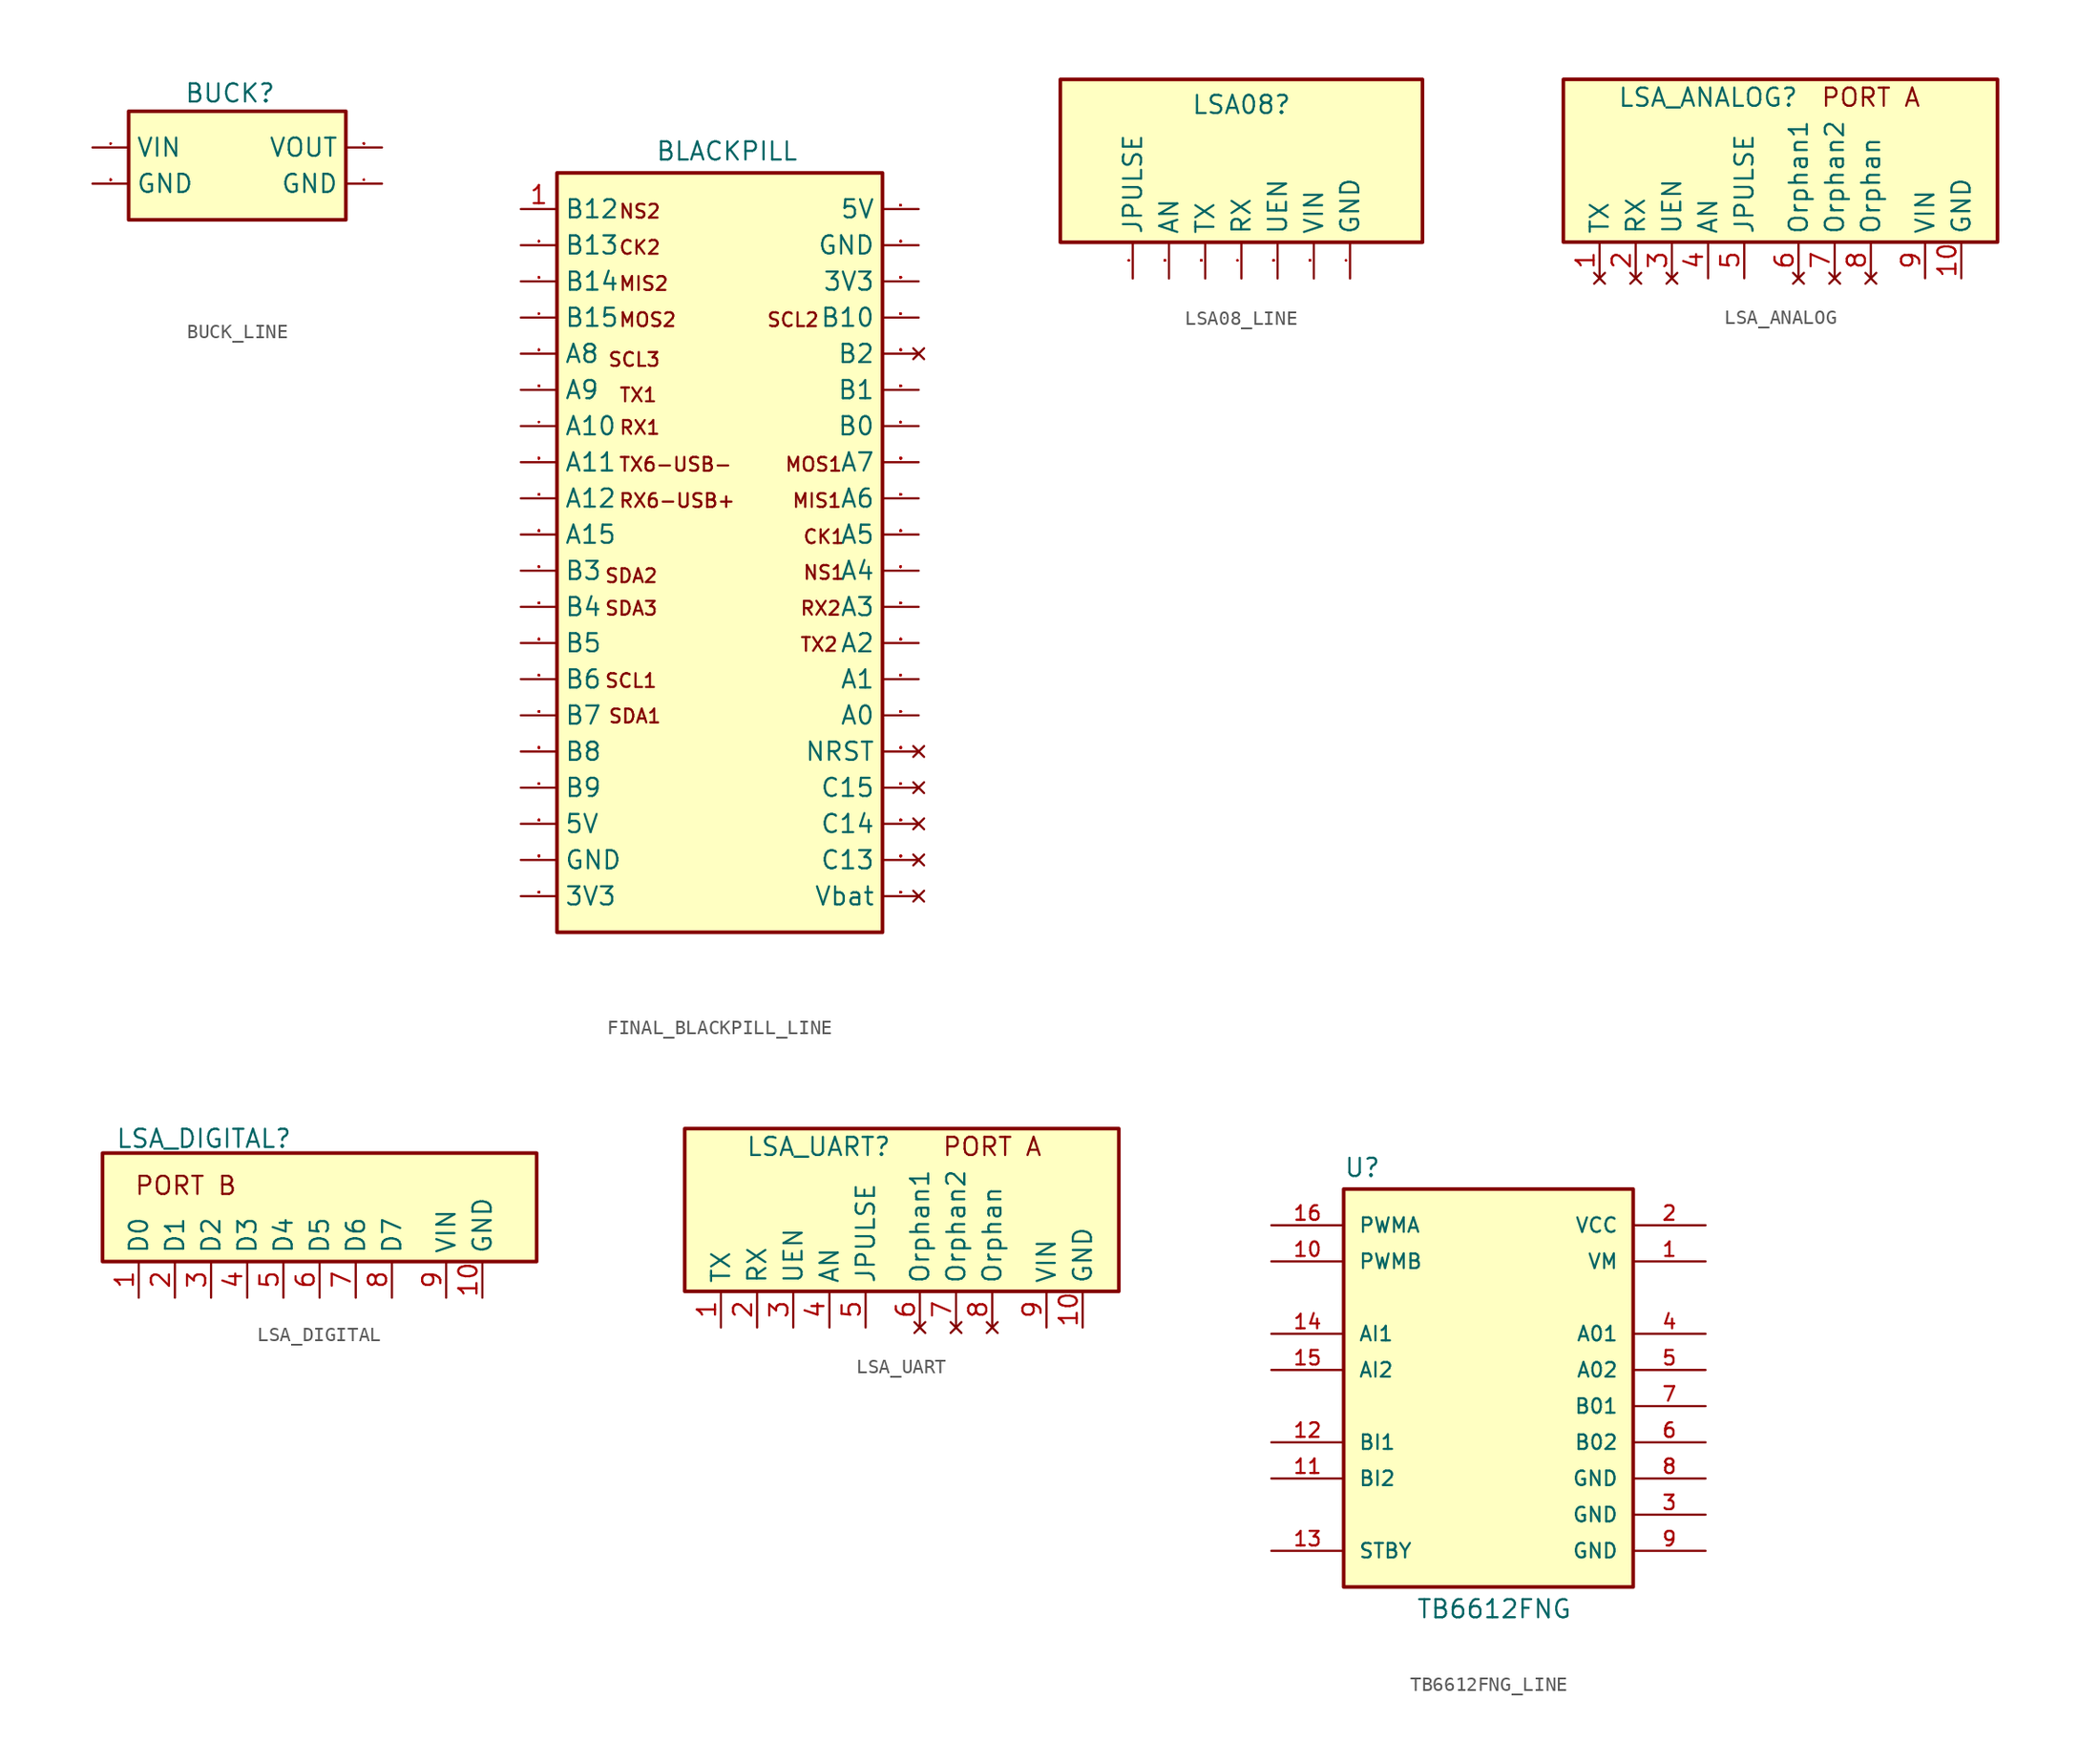
<source format=kicad_sym>
(kicad_symbol_lib
  (version 20241209)
  (generator "kicad_symbol_editor")
  (generator_version "9.0")
  (symbol "BUCK_LINE"
    (property "Reference" "BUCK"
      (at 7.112 13.97 0)
      (effects (font (size 1.27 1.27))))
    (property "Value" ""
      (at 0 0 0)
      (effects (font (size 1.27 1.27))))
    (symbol "BUCK_LINE_1_0"
      (rectangle (start 0 12.7) (end 15.24 5.08) (stroke (width 0.254) (type solid)) (fill (type background)))
      (pin power_in line (at -2.54 10.16 0) (length 2.54) (name "VIN" (effects (font (size 1.27 1.27)))) (number "1" (effects (font (size 0.025 0.025)))))
      (pin power_in line (at -2.54 7.62 0) (length 2.54) (name "GND" (effects (font (size 1.27 1.27)))) (number "3" (effects (font (size 0.025 0.025)))))
      (pin power_out line (at 17.78 10.16 180) (length 2.54) (name "VOUT" (effects (font (size 1.27 1.27)))) (number "2" (effects (font (size 0.025 0.025)))))
      (pin power_in line (at 17.78 7.62 180) (length 2.54) (name "GND" (effects (font (size 1.27 1.27)))) (number "4" (effects (font (size 0.025 0.025)))))))
  (symbol "FINAL_BLACKPILL_LINE"
    (property "Reference" "m"
      (at -6.604 34.036 0)
      (effects (font (size 1.27 1.27)) (hide yes)))
    (property "Value" "BLACKPILL"
      (at -5.842 30.734 0)
      (effects (font (size 1.27 1.27))))
    (symbol "FINAL_BLACKPILL_LINE_0_0"
      (text "SDA2" (at -14.478 1.473 0) (effects (font (face "KiCad Font") (size 0.965 0.965)) (justify left top)))
      (text "SDA3" (at -14.478 -0.813 0) (effects (font (face "KiCad Font") (size 0.965 0.965)) (justify left top)))
      (text "SCL1" (at -14.478 -5.893 0) (effects (font (face "KiCad Font") (size 0.965 0.965)) (justify left top)))
      (text "SCL3" (at -14.249 16.662 0) (effects (font (face "KiCad Font") (size 0.965 0.965)) (justify left top)))
      (text "SDA1" (at -14.224 -8.382 0) (effects (font (face "KiCad Font") (size 0.965 0.965)) (justify left top)))
      (text "NS2" (at -13.487 27.076 0) (effects (font (face "KiCad Font") (size 0.965 0.965)) (justify left top)))
      (text "CK2" (at -13.487 24.536 0) (effects (font (face "KiCad Font") (size 0.965 0.965)) (justify left top)))
      (text "MIS2" (at -13.487 21.996 0) (effects (font (face "KiCad Font") (size 0.965 0.965)) (justify left top)))
      (text "MOS2" (at -13.487 19.456 0) (effects (font (face "KiCad Font") (size 0.965 0.965)) (justify left top)))
      (text "TX6-USB-" (at -13.487 9.296 0) (effects (font (face "KiCad Font") (size 0.965 0.965)) (justify left top)))
      (text "RX6-USB+" (at -13.487 6.756 0) (effects (font (face "KiCad Font") (size 0.965 0.965)) (justify left top)))
      (text "TX1" (at -13.462 14.173 0) (effects (font (face "KiCad Font") (size 0.965 0.965)) (justify left top)))
      (text "RX1" (at -13.462 11.887 0) (effects (font (face "KiCad Font") (size 0.965 0.965)) (justify left top)))
      (text "SCL2" (at -3.099 19.456 0) (effects (font (face "KiCad Font") (size 0.965 0.965)) (justify left top)))
      (text "MOS1" (at -1.829 9.296 0) (effects (font (face "KiCad Font") (size 0.965 0.965)) (justify left top)))
      (text "MIS1" (at -1.321 6.756 0) (effects (font (face "KiCad Font") (size 0.965 0.965)) (justify left top)))
      (text "RX2" (at -0.762 -0.813 0) (effects (font (face "KiCad Font") (size 0.965 0.965)) (justify left top)))
      (text "TX2" (at -0.762 -3.353 0) (effects (font (face "KiCad Font") (size 0.965 0.965)) (justify left top)))
      (text "CK1" (at -0.559 4.216 0) (effects (font (face "KiCad Font") (size 0.965 0.965)) (justify left top)))
      (text "NS1" (at -0.559 1.702 0) (effects (font (face "KiCad Font") (size 0.965 0.965)) (justify left top)))
      (pin bidirectional line (at -20.32 24.13 0) (length 2.54) (name "B13" (effects (font (size 1.27 1.27)))) (number "2" (effects (font (size 0.025 0.025)))))
      (pin bidirectional line (at -20.32 21.59 0) (length 2.54) (name "B14" (effects (font (size 1.27 1.27)))) (number "3" (effects (font (size 0.025 0.025)))))
      (pin bidirectional line (at -20.32 19.05 0) (length 2.54) (name "B15" (effects (font (size 1.27 1.27)))) (number "4" (effects (font (size 0.025 0.025)))))
      (pin bidirectional line (at -20.32 16.51 0) (length 2.54) (name "A8" (effects (font (size 1.27 1.27)))) (number "5" (effects (font (size 0.025 0.025)))))
      (pin bidirectional line (at -20.32 13.97 0) (length 2.54) (name "A9" (effects (font (size 1.27 1.27)))) (number "6" (effects (font (size 0.025 0.025)))))
      (pin bidirectional line (at -20.32 11.43 0) (length 2.54) (name "A10" (effects (font (size 1.27 1.27)))) (number "7" (effects (font (size 0.025 0.025)))))
      (pin bidirectional line (at -20.32 8.89 0) (length 2.54) (name "A11" (effects (font (size 1.27 1.27)))) (number "8" (effects (font (size 0.025 0.025)))))
      (pin bidirectional line (at -20.32 6.35 0) (length 2.54) (name "A12" (effects (font (size 1.27 1.27)))) (number "9" (effects (font (size 0.025 0.025)))))
      (pin bidirectional line (at -20.32 3.81 0) (length 2.54) (name "A15" (effects (font (size 1.27 1.27)))) (number "10" (effects (font (size 0.025 0.025)))))
      (pin bidirectional line (at -20.32 1.27 0) (length 2.54) (name "B3" (effects (font (size 1.27 1.27)))) (number "11" (effects (font (size 0.025 0.025)))))
      (pin bidirectional line (at -20.32 -1.27 0) (length 2.54) (name "B4" (effects (font (size 1.27 1.27)))) (number "12" (effects (font (size 0.025 0.025)))))
      (pin bidirectional line (at -20.32 -6.35 0) (length 2.54) (name "B6" (effects (font (size 1.27 1.27)))) (number "14" (effects (font (size 0.025 0.025)))))
      (pin bidirectional line (at -20.32 -8.89 0) (length 2.54) (name "B7" (effects (font (size 1.27 1.27)))) (number "15" (effects (font (size 0.025 0.025)))))
      (pin bidirectional line (at -20.32 -11.43 0) (length 2.54) (name "B8" (effects (font (size 1.27 1.27)))) (number "16" (effects (font (size 0.025 0.025)))))
      (pin bidirectional line (at -20.32 -13.97 0) (length 2.54) (name "B9" (effects (font (size 1.27 1.27)))) (number "17" (effects (font (size 0.025 0.025)))))
      (pin bidirectional line (at 7.62 19.05 180) (length 2.54) (name "B10" (effects (font (size 1.27 1.27)))) (number "24" (effects (font (size 0.025 0.025)))))
      (pin no_connect line (at 7.62 16.51 180) (length 2.54) (name "B2" (effects (font (size 1.27 1.27)))) (number "25" (effects (font (size 0.025 0.025)))))
      (pin bidirectional line (at 7.62 13.97 180) (length 2.54) (name "B1" (effects (font (size 1.27 1.27)))) (number "26" (effects (font (size 0.025 0.025)))))
      (pin bidirectional line (at 7.62 11.43 180) (length 2.54) (name "B0" (effects (font (size 1.27 1.27)))) (number "27" (effects (font (size 0.025 0.025)))))
      (pin bidirectional line (at 7.62 8.89 180) (length 2.54) (name "A7" (effects (font (size 1.27 1.27)))) (number "28" (effects (font (size 0.025 0.025)))))
      (pin bidirectional line (at 7.62 6.35 180) (length 2.54) (name "A6" (effects (font (size 1.27 1.27)))) (number "29" (effects (font (size 0.025 0.025)))))
      (pin bidirectional line (at 7.62 3.81 180) (length 2.54) (name "A5" (effects (font (size 1.27 1.27)))) (number "30" (effects (font (size 0.025 0.025)))))
      (pin bidirectional line (at 7.62 1.27 180) (length 2.54) (name "A4" (effects (font (size 1.27 1.27)))) (number "31" (effects (font (size 0.025 0.025)))))
      (pin bidirectional line (at 7.62 -1.27 180) (length 2.54) (name "A3" (effects (font (size 1.27 1.27)))) (number "32" (effects (font (size 0.025 0.025)))))
      (pin bidirectional line (at 7.62 -3.81 180) (length 2.54) (name "A2" (effects (font (size 1.27 1.27)))) (number "33" (effects (font (size 0.025 0.025)))))
      (pin bidirectional line (at 7.62 -6.35 180) (length 2.54) (name "A1" (effects (font (size 1.27 1.27)))) (number "34" (effects (font (size 0.025 0.025)))))
      (pin no_connect line (at 7.62 -13.97 180) (length 2.54) (name "C15" (effects (font (size 1.27 1.27)))) (number "37" (effects (font (size 0.025 0.025)))))
      (pin no_connect line (at 7.62 -16.51 180) (length 2.54) (name "C14" (effects (font (size 1.27 1.27)))) (number "38" (effects (font (size 0.025 0.025)))))
      (pin no_connect line (at 7.62 -19.05 180) (length 2.54) (name "C13" (effects (font (size 1.27 1.27)))) (number "39" (effects (font (size 0.025 0.025))))))
    (symbol "FINAL_BLACKPILL_LINE_1_0"
      (rectangle (start -17.78 29.21) (end 5.08 -24.13) (stroke (width 0.254) (type solid)) (fill (type background)))
      (pin bidirectional line (at -20.32 26.67 0) (length 2.54) (name "B12" (effects (font (size 1.27 1.27)))) (number "1" (effects (font (size 1.27 1.27)))))
      (pin bidirectional line (at -20.32 -3.81 0) (length 2.54) (name "B5" (effects (font (size 1.27 1.27)))) (number "13" (effects (font (size 0.025 0.025)))))
      (pin power_in line (at -20.32 -16.51 0) (length 2.54) (name "5V" (effects (font (size 1.27 1.27)))) (number "18" (effects (font (size 0.025 0.025)))))
      (pin power_in line (at -20.32 -19.05 0) (length 2.54) (name "GND" (effects (font (size 1.27 1.27)))) (number "19" (effects (font (size 0.025 0.025)))))
      (pin power_in line (at -20.32 -21.59 0) (length 2.54) (name "3V3" (effects (font (size 1.27 1.27)))) (number "20" (effects (font (size 0.025 0.025)))))
      (pin power_in line (at 7.62 26.67 180) (length 2.54) (name "5V" (effects (font (size 1.27 1.27)))) (number "21" (effects (font (size 0.025 0.025)))))
      (pin power_in line (at 7.62 24.13 180) (length 2.54) (name "GND" (effects (font (size 1.27 1.27)))) (number "22" (effects (font (size 0.025 0.025)))))
      (pin power_in line (at 7.62 21.59 180) (length 2.54) (name "3V3" (effects (font (size 1.27 1.27)))) (number "23" (effects (font (size 0.025 0.025)))))
      (pin bidirectional line (at 7.62 -8.89 180) (length 2.54) (name "A0" (effects (font (size 1.27 1.27)))) (number "35" (effects (font (size 0.025 0.025)))))
      (pin no_connect line (at 7.62 -11.43 180) (length 2.54) (name "NRST" (effects (font (size 1.27 1.27)))) (number "36" (effects (font (size 0.025 0.025)))))
      (pin no_connect line (at 7.62 -21.59 180) (length 2.54) (name "Vbat" (effects (font (size 1.27 1.27)))) (number "40" (effects (font (size 0.025 0.025)))))))
  (symbol "LSA08_LINE"
    (property "Reference" "LSA08"
      (at 0 29.972 0)
      (effects (font (size 1.27 1.27))))
    (property "Value" ""
      (at 11.43 17.78 90)
      (effects (font (size 1.27 1.27))))
    (symbol "LSA08_LINE_1_0"
      (rectangle (start -12.7 20.32) (end 12.7 31.75) (stroke (width 0.254) (type solid)) (fill (type background)))
      (pin output line (at -7.62 17.78 90) (length 2.54) (name "JPULSE" (effects (font (size 1.27 1.27)))) (number "1" (effects (font (size 0.025 0.025)))))
      (pin output line (at -5.08 17.78 90) (length 2.54) (name "AN" (effects (font (size 1.27 1.27)))) (number "2" (effects (font (size 0.025 0.025)))))
      (pin output line (at -2.54 17.78 90) (length 2.54) (name "TX" (effects (font (size 1.27 1.27)))) (number "3" (effects (font (size 0.025 0.025)))))
      (pin input line (at 0 17.78 90) (length 2.54) (name "RX" (effects (font (size 1.27 1.27)))) (number "4" (effects (font (size 0.025 0.025)))))
      (pin input line (at 2.54 17.78 90) (length 2.54) (name "UEN" (effects (font (size 1.27 1.27)))) (number "5" (effects (font (size 0.025 0.025)))))
      (pin power_in line (at 5.08 17.78 90) (length 2.54) (name "VIN" (effects (font (size 1.27 1.27)))) (number "6" (effects (font (size 0.025 0.025)))))
      (pin power_in line (at 7.62 17.78 90) (length 2.54) (name "GND" (effects (font (size 1.27 1.27)))) (number "7" (effects (font (size 0.025 0.025)))))))
  (symbol "LSA_ANALOG"
    (property "Reference" "LSA_ANALOG"
      (at -5.08 7.62 0)
      (effects (font (size 1.27 1.27))))
    (property "Value" ""
      (at 0 0 0)
      (effects (font (size 1.27 1.27))))
    (symbol "LSA_ANALOG_1_0"
      (rectangle (start -15.24 8.89) (end 15.24 -2.54) (stroke (width 0.254) (type solid)) (fill (type background))))
    (symbol "LSA_ANALOG_1_1"
      (text "PORT A\n" (at 6.35 7.62 0) (effects (font (size 1.27 1.27))))
      (pin no_connect line (at -12.7 -5.08 90) (length 2.54) (name "TX" (effects (font (size 1.27 1.27)))) (number "1" (effects (font (size 1.27 1.27)))))
      (pin no_connect line (at -10.16 -5.08 90) (length 2.54) (name "RX" (effects (font (size 1.27 1.27)))) (number "2" (effects (font (size 1.27 1.27)))))
      (pin no_connect line (at -7.62 -5.08 90) (length 2.54) (name "UEN" (effects (font (size 1.27 1.27)))) (number "3" (effects (font (size 1.27 1.27)))))
      (pin bidirectional line (at -5.08 -5.08 90) (length 2.54) (name "AN" (effects (font (size 1.27 1.27)))) (number "4" (effects (font (size 1.27 1.27)))))
      (pin bidirectional line (at -2.54 -5.08 90) (length 2.54) (name "JPULSE" (effects (font (size 1.27 1.27)))) (number "5" (effects (font (size 1.27 1.27)))))
      (pin no_connect line (at 1.27 -5.08 90) (length 2.54) (name "Orphan1" (effects (font (size 1.27 1.27)))) (number "6" (effects (font (size 1.27 1.27)))))
      (pin no_connect line (at 3.81 -5.08 90) (length 2.54) (name "Orphan2" (effects (font (size 1.27 1.27)))) (number "7" (effects (font (size 1.27 1.27)))))
      (pin no_connect line (at 6.35 -5.08 90) (length 2.54) (name "Orphan" (effects (font (size 1.27 1.27)))) (number "8" (effects (font (size 1.27 1.27)))))
      (pin bidirectional line (at 10.16 -5.08 90) (length 2.54) (name "VIN" (effects (font (size 1.27 1.27)))) (number "9" (effects (font (size 1.27 1.27)))))
      (pin bidirectional line (at 12.7 -5.08 90) (length 2.54) (name "GND" (effects (font (size 1.27 1.27)))) (number "10" (effects (font (size 1.27 1.27)))))))
  (symbol "LSA_DIGITAL"
    (property "Reference" "LSA_DIGITAL"
      (at 4.572 8.636 0)
      (effects (font (size 1.27 1.27))))
    (property "Value" ""
      (at 0 0 0)
      (effects (font (size 1.27 1.27))))
    (symbol "LSA_DIGITAL_1_0"
      (rectangle (start -2.54 7.62) (end 27.94 0) (stroke (width 0.254) (type solid)) (fill (type background))))
    (symbol "LSA_DIGITAL_1_1"
      (text "PORT B\n" (at 3.302 5.334 0) (effects (font (size 1.27 1.27))))
      (pin bidirectional line (at 0 -2.54 90) (length 2.54) (name "D0" (effects (font (size 1.27 1.27)))) (number "1" (effects (font (size 1.27 1.27)))))
      (pin bidirectional line (at 2.54 -2.54 90) (length 2.54) (name "D1" (effects (font (size 1.27 1.27)))) (number "2" (effects (font (size 1.27 1.27)))))
      (pin bidirectional line (at 5.08 -2.54 90) (length 2.54) (name "D2" (effects (font (size 1.27 1.27)))) (number "3" (effects (font (size 1.27 1.27)))))
      (pin bidirectional line (at 7.62 -2.54 90) (length 2.54) (name "D3" (effects (font (size 1.27 1.27)))) (number "4" (effects (font (size 1.27 1.27)))))
      (pin bidirectional line (at 10.16 -2.54 90) (length 2.54) (name "D4" (effects (font (size 1.27 1.27)))) (number "5" (effects (font (size 1.27 1.27)))))
      (pin bidirectional line (at 12.7 -2.54 90) (length 2.54) (name "D5" (effects (font (size 1.27 1.27)))) (number "6" (effects (font (size 1.27 1.27)))))
      (pin bidirectional line (at 15.24 -2.54 90) (length 2.54) (name "D6" (effects (font (size 1.27 1.27)))) (number "7" (effects (font (size 1.27 1.27)))))
      (pin bidirectional line (at 17.78 -2.54 90) (length 2.54) (name "D7" (effects (font (size 1.27 1.27)))) (number "8" (effects (font (size 1.27 1.27)))))
      (pin bidirectional line (at 21.59 -2.54 90) (length 2.54) (name "VIN" (effects (font (size 1.27 1.27)))) (number "9" (effects (font (size 1.27 1.27)))))
      (pin bidirectional line (at 24.13 -2.54 90) (length 2.54) (name "GND" (effects (font (size 1.27 1.27)))) (number "10" (effects (font (size 1.27 1.27)))))))
  (symbol "LSA_UART"
    (property "Reference" "LSA_UART"
      (at 0.508 8.89 0)
      (effects (font (size 1.27 1.27))))
    (property "Value" ""
      (at 0 0 0)
      (effects (font (size 1.27 1.27))))
    (symbol "LSA_UART_1_0"
      (rectangle (start -8.89 10.16) (end 21.59 -1.27) (stroke (width 0.254) (type solid)) (fill (type background))))
    (symbol "LSA_UART_1_1"
      (text "PORT A\n" (at 12.7 8.89 0) (effects (font (size 1.27 1.27))))
      (pin bidirectional line (at -6.35 -3.81 90) (length 2.54) (name "TX" (effects (font (size 1.27 1.27)))) (number "1" (effects (font (size 1.27 1.27)))))
      (pin bidirectional line (at -3.81 -3.81 90) (length 2.54) (name "RX" (effects (font (size 1.27 1.27)))) (number "2" (effects (font (size 1.27 1.27)))))
      (pin bidirectional line (at -1.27 -3.81 90) (length 2.54) (name "UEN" (effects (font (size 1.27 1.27)))) (number "3" (effects (font (size 1.27 1.27)))))
      (pin bidirectional line (at 1.27 -3.81 90) (length 2.54) (name "AN" (effects (font (size 1.27 1.27)))) (number "4" (effects (font (size 1.27 1.27)))))
      (pin bidirectional line (at 3.81 -3.81 90) (length 2.54) (name "JPULSE" (effects (font (size 1.27 1.27)))) (number "5" (effects (font (size 1.27 1.27)))))
      (pin no_connect line (at 7.62 -3.81 90) (length 2.54) (name "Orphan1" (effects (font (size 1.27 1.27)))) (number "6" (effects (font (size 1.27 1.27)))))
      (pin no_connect line (at 10.16 -3.81 90) (length 2.54) (name "Orphan2" (effects (font (size 1.27 1.27)))) (number "7" (effects (font (size 1.27 1.27)))))
      (pin no_connect line (at 12.7 -3.81 90) (length 2.54) (name "Orphan" (effects (font (size 1.27 1.27)))) (number "8" (effects (font (size 1.27 1.27)))))
      (pin bidirectional line (at 16.51 -3.81 90) (length 2.54) (name "VIN" (effects (font (size 1.27 1.27)))) (number "9" (effects (font (size 1.27 1.27)))))
      (pin bidirectional line (at 19.05 -3.81 90) (length 2.54) (name "GND" (effects (font (size 1.27 1.27)))) (number "10" (effects (font (size 1.27 1.27)))))))
  (symbol "TB6612FNG_LINE"
    (pin_names
      (offset 1.016))
    (property "Reference" "U"
      (at -10.16 16.002 0)
      (effects (font (size 1.27 1.27)) (justify left bottom)))
    (property "Value" "TB6612FNG"
      (at -5.08 -14.986 0)
      (effects (font (size 1.27 1.27)) (justify left bottom)))
    (symbol "TB6612FNG_LINE_0_0"
      (rectangle (start -10.16 -12.7) (end 10.16 15.24) (stroke (width 0.254) (type default)) (fill (type background)))
      (pin input line (at -15.24 12.7 0) (length 5.08) (name "PWMA" (effects (font (size 1.016 1.016)))) (number "16" (effects (font (size 1.016 1.016)))))
      (pin input line (at -15.24 10.16 0) (length 5.08) (name "PWMB" (effects (font (size 1.016 1.016)))) (number "10" (effects (font (size 1.016 1.016)))))
      (pin input line (at -15.24 5.08 0) (length 5.08) (name "AI1" (effects (font (size 1.016 1.016)))) (number "14" (effects (font (size 1.016 1.016)))))
      (pin input line (at -15.24 2.54 0) (length 5.08) (name "AI2" (effects (font (size 1.016 1.016)))) (number "15" (effects (font (size 1.016 1.016)))))
      (pin input line (at -15.24 -2.54 0) (length 5.08) (name "BI1" (effects (font (size 1.016 1.016)))) (number "12" (effects (font (size 1.016 1.016)))))
      (pin input line (at -15.24 -5.08 0) (length 5.08) (name "BI2" (effects (font (size 1.016 1.016)))) (number "11" (effects (font (size 1.016 1.016)))))
      (pin input line (at -15.24 -10.16 0) (length 5.08) (name "STBY" (effects (font (size 1.016 1.016)))) (number "13" (effects (font (size 1.016 1.016)))))
      (pin power_in line (at 15.24 12.7 180) (length 5.08) (name "VCC" (effects (font (size 1.016 1.016)))) (number "2" (effects (font (size 1.016 1.016)))))
      (pin power_in line (at 15.24 10.16 180) (length 5.08) (name "VM" (effects (font (size 1.016 1.016)))) (number "1" (effects (font (size 1.016 1.016)))))
      (pin output line (at 15.24 5.08 180) (length 5.08) (name "A01" (effects (font (size 1.016 1.016)))) (number "4" (effects (font (size 1.016 1.016)))))
      (pin output line (at 15.24 2.54 180) (length 5.08) (name "A02" (effects (font (size 1.016 1.016)))) (number "5" (effects (font (size 1.016 1.016)))))
      (pin output line (at 15.24 0 180) (length 5.08) (name "B01" (effects (font (size 1.016 1.016)))) (number "7" (effects (font (size 1.016 1.016)))))
      (pin output line (at 15.24 -2.54 180) (length 5.08) (name "B02" (effects (font (size 1.016 1.016)))) (number "6" (effects (font (size 1.016 1.016)))))
      (pin power_in line (at 15.24 -5.08 180) (length 5.08) (name "GND" (effects (font (size 1.016 1.016)))) (number "8" (effects (font (size 1.016 1.016)))))
      (pin power_in line (at 15.24 -7.62 180) (length 5.08) (name "GND" (effects (font (size 1.016 1.016)))) (number "3" (effects (font (size 1.016 1.016)))))
      (pin power_in line (at 15.24 -10.16 180) (length 5.08) (name "GND" (effects (font (size 1.016 1.016)))) (number "9" (effects (font (size 1.016 1.016))))))))
</source>
